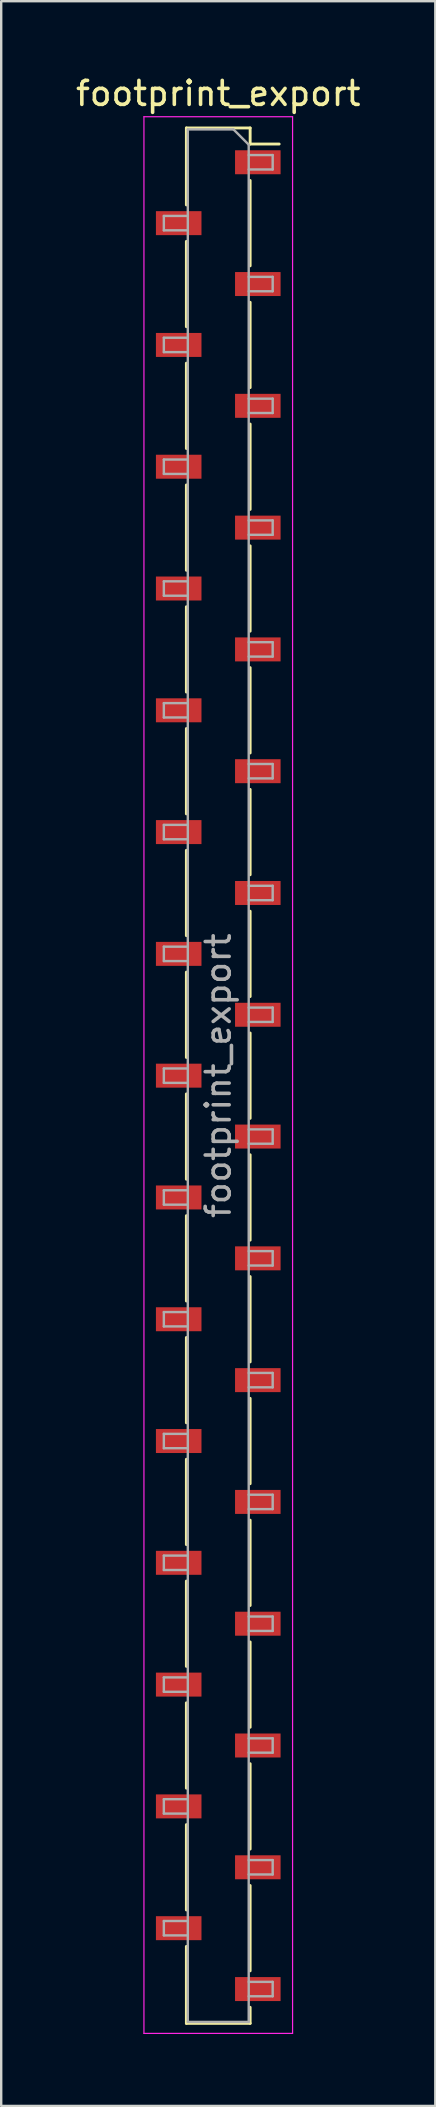
<source format=kicad_pcb>
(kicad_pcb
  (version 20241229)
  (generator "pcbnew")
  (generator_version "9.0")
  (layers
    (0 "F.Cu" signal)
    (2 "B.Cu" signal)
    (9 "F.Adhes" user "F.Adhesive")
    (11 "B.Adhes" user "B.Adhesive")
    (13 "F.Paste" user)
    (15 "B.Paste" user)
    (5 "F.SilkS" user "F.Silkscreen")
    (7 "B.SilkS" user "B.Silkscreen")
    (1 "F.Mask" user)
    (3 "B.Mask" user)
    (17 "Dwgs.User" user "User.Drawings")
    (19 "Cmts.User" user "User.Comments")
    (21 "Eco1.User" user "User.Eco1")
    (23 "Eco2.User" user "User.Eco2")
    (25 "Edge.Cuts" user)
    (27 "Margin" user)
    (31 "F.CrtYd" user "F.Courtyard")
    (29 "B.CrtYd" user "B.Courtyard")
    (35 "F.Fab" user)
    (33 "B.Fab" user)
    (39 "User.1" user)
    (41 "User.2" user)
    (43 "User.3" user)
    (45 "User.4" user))
  (footprint "footprint_export"
    (layer "F.Cu")
    (at 6.054 41.818)
    (property "Reference" "footprint_export" (at 0 -40.97 0) (layer "F.SilkS") (effects (font (size 1 1) (thickness 0.15))))
    (attr smd)
    (fp_line (start -1.33 -39.53) (end -1.33 -36.32) (stroke (width 0.12) (type solid)) (layer "F.SilkS"))
    (fp_line (start -1.33 -39.53) (end 1.33 -39.53) (stroke (width 0.12) (type solid)) (layer "F.SilkS"))
    (fp_line (start -1.33 -34.8) (end -1.33 -31.24) (stroke (width 0.12) (type solid)) (layer "F.SilkS"))
    (fp_line (start -1.33 -29.72) (end -1.33 -26.16) (stroke (width 0.12) (type solid)) (layer "F.SilkS"))
    (fp_line (start -1.33 -24.64) (end -1.33 -21.08) (stroke (width 0.12) (type solid)) (layer "F.SilkS"))
    (fp_line (start -1.33 -19.56) (end -1.33 -16) (stroke (width 0.12) (type solid)) (layer "F.SilkS"))
    (fp_line (start -1.33 -14.48) (end -1.33 -10.92) (stroke (width 0.12) (type solid)) (layer "F.SilkS"))
    (fp_line (start -1.33 -9.4) (end -1.33 -5.84) (stroke (width 0.12) (type solid)) (layer "F.SilkS"))
    (fp_line (start -1.33 -4.32) (end -1.33 -0.76) (stroke (width 0.12) (type solid)) (layer "F.SilkS"))
    (fp_line (start -1.33 0.76) (end -1.33 4.32) (stroke (width 0.12) (type solid)) (layer "F.SilkS"))
    (fp_line (start -1.33 5.84) (end -1.33 9.4) (stroke (width 0.12) (type solid)) (layer "F.SilkS"))
    (fp_line (start -1.33 10.92) (end -1.33 14.48) (stroke (width 0.12) (type solid)) (layer "F.SilkS"))
    (fp_line (start -1.33 16) (end -1.33 19.56) (stroke (width 0.12) (type solid)) (layer "F.SilkS"))
    (fp_line (start -1.33 21.08) (end -1.33 24.64) (stroke (width 0.12) (type solid)) (layer "F.SilkS"))
    (fp_line (start -1.33 26.16) (end -1.33 29.72) (stroke (width 0.12) (type solid)) (layer "F.SilkS"))
    (fp_line (start -1.33 31.24) (end -1.33 34.8) (stroke (width 0.12) (type solid)) (layer "F.SilkS"))
    (fp_line (start -1.33 36.32) (end -1.33 39.53) (stroke (width 0.12) (type solid)) (layer "F.SilkS"))
    (fp_line (start -1.33 39.53) (end 1.33 39.53) (stroke (width 0.12) (type solid)) (layer "F.SilkS"))
    (fp_line (start 1.33 -39.53) (end 1.33 -38.86) (stroke (width 0.12) (type solid)) (layer "F.SilkS"))
    (fp_line (start 1.33 -38.86) (end 2.54 -38.86) (stroke (width 0.12) (type solid)) (layer "F.SilkS"))
    (fp_line (start 1.33 -37.34) (end 1.33 -33.78) (stroke (width 0.12) (type solid)) (layer "F.SilkS"))
    (fp_line (start 1.33 -32.26) (end 1.33 -28.7) (stroke (width 0.12) (type solid)) (layer "F.SilkS"))
    (fp_line (start 1.33 -27.18) (end 1.33 -23.62) (stroke (width 0.12) (type solid)) (layer "F.SilkS"))
    (fp_line (start 1.33 -22.1) (end 1.33 -18.54) (stroke (width 0.12) (type solid)) (layer "F.SilkS"))
    (fp_line (start 1.33 -17.02) (end 1.33 -13.46) (stroke (width 0.12) (type solid)) (layer "F.SilkS"))
    (fp_line (start 1.33 -11.94) (end 1.33 -8.38) (stroke (width 0.12) (type solid)) (layer "F.SilkS"))
    (fp_line (start 1.33 -6.86) (end 1.33 -3.3) (stroke (width 0.12) (type solid)) (layer "F.SilkS"))
    (fp_line (start 1.33 -1.78) (end 1.33 1.78) (stroke (width 0.12) (type solid)) (layer "F.SilkS"))
    (fp_line (start 1.33 3.3) (end 1.33 6.86) (stroke (width 0.12) (type solid)) (layer "F.SilkS"))
    (fp_line (start 1.33 8.38) (end 1.33 11.94) (stroke (width 0.12) (type solid)) (layer "F.SilkS"))
    (fp_line (start 1.33 13.46) (end 1.33 17.02) (stroke (width 0.12) (type solid)) (layer "F.SilkS"))
    (fp_line (start 1.33 18.54) (end 1.33 22.1) (stroke (width 0.12) (type solid)) (layer "F.SilkS"))
    (fp_line (start 1.33 23.62) (end 1.33 27.18) (stroke (width 0.12) (type solid)) (layer "F.SilkS"))
    (fp_line (start 1.33 28.7) (end 1.33 32.26) (stroke (width 0.12) (type solid)) (layer "F.SilkS"))
    (fp_line (start 1.33 33.78) (end 1.33 37.34) (stroke (width 0.12) (type solid)) (layer "F.SilkS"))
    (fp_line (start 1.33 38.86) (end 1.33 39.53) (stroke (width 0.12) (type solid)) (layer "F.SilkS"))
    (fp_line (start -3.1 -40) (end 3.1 -40) (stroke (width 0.05) (type solid)) (layer "F.CrtYd"))
    (fp_line (start -3.1 39.95) (end -3.1 -40) (stroke (width 0.05) (type solid)) (layer "F.CrtYd"))
    (fp_line (start 3.1 -40) (end 3.1 39.95) (stroke (width 0.05) (type solid)) (layer "F.CrtYd"))
    (fp_line (start 3.1 39.95) (end -3.1 39.95) (stroke (width 0.05) (type solid)) (layer "F.CrtYd"))
    (fp_line (start -2.27 -35.86) (end -1.27 -35.86) (stroke (width 0.1) (type solid)) (layer "F.Fab"))
    (fp_line (start -2.27 -35.26) (end -2.27 -35.86) (stroke (width 0.1) (type solid)) (layer "F.Fab"))
    (fp_line (start -2.27 -30.78) (end -1.27 -30.78) (stroke (width 0.1) (type solid)) (layer "F.Fab"))
    (fp_line (start -2.27 -30.18) (end -2.27 -30.78) (stroke (width 0.1) (type solid)) (layer "F.Fab"))
    (fp_line (start -2.27 -25.7) (end -1.27 -25.7) (stroke (width 0.1) (type solid)) (layer "F.Fab"))
    (fp_line (start -2.27 -25.1) (end -2.27 -25.7) (stroke (width 0.1) (type solid)) (layer "F.Fab"))
    (fp_line (start -2.27 -20.62) (end -1.27 -20.62) (stroke (width 0.1) (type solid)) (layer "F.Fab"))
    (fp_line (start -2.27 -20.02) (end -2.27 -20.62) (stroke (width 0.1) (type solid)) (layer "F.Fab"))
    (fp_line (start -2.27 -15.54) (end -1.27 -15.54) (stroke (width 0.1) (type solid)) (layer "F.Fab"))
    (fp_line (start -2.27 -14.94) (end -2.27 -15.54) (stroke (width 0.1) (type solid)) (layer "F.Fab"))
    (fp_line (start -2.27 -10.46) (end -1.27 -10.46) (stroke (width 0.1) (type solid)) (layer "F.Fab"))
    (fp_line (start -2.27 -9.86) (end -2.27 -10.46) (stroke (width 0.1) (type solid)) (layer "F.Fab"))
    (fp_line (start -2.27 -5.38) (end -1.27 -5.38) (stroke (width 0.1) (type solid)) (layer "F.Fab"))
    (fp_line (start -2.27 -4.78) (end -2.27 -5.38) (stroke (width 0.1) (type solid)) (layer "F.Fab"))
    (fp_line (start -2.27 -0.3) (end -1.27 -0.3) (stroke (width 0.1) (type solid)) (layer "F.Fab"))
    (fp_line (start -2.27 0.3) (end -2.27 -0.3) (stroke (width 0.1) (type solid)) (layer "F.Fab"))
    (fp_line (start -2.27 4.78) (end -1.27 4.78) (stroke (width 0.1) (type solid)) (layer "F.Fab"))
    (fp_line (start -2.27 5.38) (end -2.27 4.78) (stroke (width 0.1) (type solid)) (layer "F.Fab"))
    (fp_line (start -2.27 9.86) (end -1.27 9.86) (stroke (width 0.1) (type solid)) (layer "F.Fab"))
    (fp_line (start -2.27 10.46) (end -2.27 9.86) (stroke (width 0.1) (type solid)) (layer "F.Fab"))
    (fp_line (start -2.27 14.94) (end -1.27 14.94) (stroke (width 0.1) (type solid)) (layer "F.Fab"))
    (fp_line (start -2.27 15.54) (end -2.27 14.94) (stroke (width 0.1) (type solid)) (layer "F.Fab"))
    (fp_line (start -2.27 20.02) (end -1.27 20.02) (stroke (width 0.1) (type solid)) (layer "F.Fab"))
    (fp_line (start -2.27 20.62) (end -2.27 20.02) (stroke (width 0.1) (type solid)) (layer "F.Fab"))
    (fp_line (start -2.27 25.1) (end -1.27 25.1) (stroke (width 0.1) (type solid)) (layer "F.Fab"))
    (fp_line (start -2.27 25.7) (end -2.27 25.1) (stroke (width 0.1) (type solid)) (layer "F.Fab"))
    (fp_line (start -2.27 30.18) (end -1.27 30.18) (stroke (width 0.1) (type solid)) (layer "F.Fab"))
    (fp_line (start -2.27 30.78) (end -2.27 30.18) (stroke (width 0.1) (type solid)) (layer "F.Fab"))
    (fp_line (start -2.27 35.26) (end -1.27 35.26) (stroke (width 0.1) (type solid)) (layer "F.Fab"))
    (fp_line (start -2.27 35.86) (end -2.27 35.26) (stroke (width 0.1) (type solid)) (layer "F.Fab"))
    (fp_line (start -1.27 -39.47) (end 0.635 -39.47) (stroke (width 0.1) (type solid)) (layer "F.Fab"))
    (fp_line (start -1.27 -35.26) (end -2.27 -35.26) (stroke (width 0.1) (type solid)) (layer "F.Fab"))
    (fp_line (start -1.27 -30.18) (end -2.27 -30.18) (stroke (width 0.1) (type solid)) (layer "F.Fab"))
    (fp_line (start -1.27 -25.1) (end -2.27 -25.1) (stroke (width 0.1) (type solid)) (layer "F.Fab"))
    (fp_line (start -1.27 -20.02) (end -2.27 -20.02) (stroke (width 0.1) (type solid)) (layer "F.Fab"))
    (fp_line (start -1.27 -14.94) (end -2.27 -14.94) (stroke (width 0.1) (type solid)) (layer "F.Fab"))
    (fp_line (start -1.27 -9.86) (end -2.27 -9.86) (stroke (width 0.1) (type solid)) (layer "F.Fab"))
    (fp_line (start -1.27 -4.78) (end -2.27 -4.78) (stroke (width 0.1) (type solid)) (layer "F.Fab"))
    (fp_line (start -1.27 0.3) (end -2.27 0.3) (stroke (width 0.1) (type solid)) (layer "F.Fab"))
    (fp_line (start -1.27 5.38) (end -2.27 5.38) (stroke (width 0.1) (type solid)) (layer "F.Fab"))
    (fp_line (start -1.27 10.46) (end -2.27 10.46) (stroke (width 0.1) (type solid)) (layer "F.Fab"))
    (fp_line (start -1.27 15.54) (end -2.27 15.54) (stroke (width 0.1) (type solid)) (layer "F.Fab"))
    (fp_line (start -1.27 20.62) (end -2.27 20.62) (stroke (width 0.1) (type solid)) (layer "F.Fab"))
    (fp_line (start -1.27 25.7) (end -2.27 25.7) (stroke (width 0.1) (type solid)) (layer "F.Fab"))
    (fp_line (start -1.27 30.78) (end -2.27 30.78) (stroke (width 0.1) (type solid)) (layer "F.Fab"))
    (fp_line (start -1.27 35.86) (end -2.27 35.86) (stroke (width 0.1) (type solid)) (layer "F.Fab"))
    (fp_line (start -1.27 39.47) (end -1.27 -39.47) (stroke (width 0.1) (type solid)) (layer "F.Fab"))
    (fp_line (start 0.635 -39.47) (end 1.27 -38.835) (stroke (width 0.1) (type solid)) (layer "F.Fab"))
    (fp_line (start 1.27 -38.835) (end 1.27 39.47) (stroke (width 0.1) (type solid)) (layer "F.Fab"))
    (fp_line (start 1.27 -38.4) (end 2.27 -38.4) (stroke (width 0.1) (type solid)) (layer "F.Fab"))
    (fp_line (start 1.27 -33.32) (end 2.27 -33.32) (stroke (width 0.1) (type solid)) (layer "F.Fab"))
    (fp_line (start 1.27 -28.24) (end 2.27 -28.24) (stroke (width 0.1) (type solid)) (layer "F.Fab"))
    (fp_line (start 1.27 -23.16) (end 2.27 -23.16) (stroke (width 0.1) (type solid)) (layer "F.Fab"))
    (fp_line (start 1.27 -18.08) (end 2.27 -18.08) (stroke (width 0.1) (type solid)) (layer "F.Fab"))
    (fp_line (start 1.27 -13) (end 2.27 -13) (stroke (width 0.1) (type solid)) (layer "F.Fab"))
    (fp_line (start 1.27 -7.92) (end 2.27 -7.92) (stroke (width 0.1) (type solid)) (layer "F.Fab"))
    (fp_line (start 1.27 -2.84) (end 2.27 -2.84) (stroke (width 0.1) (type solid)) (layer "F.Fab"))
    (fp_line (start 1.27 2.24) (end 2.27 2.24) (stroke (width 0.1) (type solid)) (layer "F.Fab"))
    (fp_line (start 1.27 7.32) (end 2.27 7.32) (stroke (width 0.1) (type solid)) (layer "F.Fab"))
    (fp_line (start 1.27 12.4) (end 2.27 12.4) (stroke (width 0.1) (type solid)) (layer "F.Fab"))
    (fp_line (start 1.27 17.48) (end 2.27 17.48) (stroke (width 0.1) (type solid)) (layer "F.Fab"))
    (fp_line (start 1.27 22.56) (end 2.27 22.56) (stroke (width 0.1) (type solid)) (layer "F.Fab"))
    (fp_line (start 1.27 27.64) (end 2.27 27.64) (stroke (width 0.1) (type solid)) (layer "F.Fab"))
    (fp_line (start 1.27 32.72) (end 2.27 32.72) (stroke (width 0.1) (type solid)) (layer "F.Fab"))
    (fp_line (start 1.27 37.8) (end 2.27 37.8) (stroke (width 0.1) (type solid)) (layer "F.Fab"))
    (fp_line (start 1.27 39.47) (end -1.27 39.47) (stroke (width 0.1) (type solid)) (layer "F.Fab"))
    (fp_line (start 2.27 -38.4) (end 2.27 -37.8) (stroke (width 0.1) (type solid)) (layer "F.Fab"))
    (fp_line (start 2.27 -37.8) (end 1.27 -37.8) (stroke (width 0.1) (type solid)) (layer "F.Fab"))
    (fp_line (start 2.27 -33.32) (end 2.27 -32.72) (stroke (width 0.1) (type solid)) (layer "F.Fab"))
    (fp_line (start 2.27 -32.72) (end 1.27 -32.72) (stroke (width 0.1) (type solid)) (layer "F.Fab"))
    (fp_line (start 2.27 -28.24) (end 2.27 -27.64) (stroke (width 0.1) (type solid)) (layer "F.Fab"))
    (fp_line (start 2.27 -27.64) (end 1.27 -27.64) (stroke (width 0.1) (type solid)) (layer "F.Fab"))
    (fp_line (start 2.27 -23.16) (end 2.27 -22.56) (stroke (width 0.1) (type solid)) (layer "F.Fab"))
    (fp_line (start 2.27 -22.56) (end 1.27 -22.56) (stroke (width 0.1) (type solid)) (layer "F.Fab"))
    (fp_line (start 2.27 -18.08) (end 2.27 -17.48) (stroke (width 0.1) (type solid)) (layer "F.Fab"))
    (fp_line (start 2.27 -17.48) (end 1.27 -17.48) (stroke (width 0.1) (type solid)) (layer "F.Fab"))
    (fp_line (start 2.27 -13) (end 2.27 -12.4) (stroke (width 0.1) (type solid)) (layer "F.Fab"))
    (fp_line (start 2.27 -12.4) (end 1.27 -12.4) (stroke (width 0.1) (type solid)) (layer "F.Fab"))
    (fp_line (start 2.27 -7.92) (end 2.27 -7.32) (stroke (width 0.1) (type solid)) (layer "F.Fab"))
    (fp_line (start 2.27 -7.32) (end 1.27 -7.32) (stroke (width 0.1) (type solid)) (layer "F.Fab"))
    (fp_line (start 2.27 -2.84) (end 2.27 -2.24) (stroke (width 0.1) (type solid)) (layer "F.Fab"))
    (fp_line (start 2.27 -2.24) (end 1.27 -2.24) (stroke (width 0.1) (type solid)) (layer "F.Fab"))
    (fp_line (start 2.27 2.24) (end 2.27 2.84) (stroke (width 0.1) (type solid)) (layer "F.Fab"))
    (fp_line (start 2.27 2.84) (end 1.27 2.84) (stroke (width 0.1) (type solid)) (layer "F.Fab"))
    (fp_line (start 2.27 7.32) (end 2.27 7.92) (stroke (width 0.1) (type solid)) (layer "F.Fab"))
    (fp_line (start 2.27 7.92) (end 1.27 7.92) (stroke (width 0.1) (type solid)) (layer "F.Fab"))
    (fp_line (start 2.27 12.4) (end 2.27 13) (stroke (width 0.1) (type solid)) (layer "F.Fab"))
    (fp_line (start 2.27 13) (end 1.27 13) (stroke (width 0.1) (type solid)) (layer "F.Fab"))
    (fp_line (start 2.27 17.48) (end 2.27 18.08) (stroke (width 0.1) (type solid)) (layer "F.Fab"))
    (fp_line (start 2.27 18.08) (end 1.27 18.08) (stroke (width 0.1) (type solid)) (layer "F.Fab"))
    (fp_line (start 2.27 22.56) (end 2.27 23.16) (stroke (width 0.1) (type solid)) (layer "F.Fab"))
    (fp_line (start 2.27 23.16) (end 1.27 23.16) (stroke (width 0.1) (type solid)) (layer "F.Fab"))
    (fp_line (start 2.27 27.64) (end 2.27 28.24) (stroke (width 0.1) (type solid)) (layer "F.Fab"))
    (fp_line (start 2.27 28.24) (end 1.27 28.24) (stroke (width 0.1) (type solid)) (layer "F.Fab"))
    (fp_line (start 2.27 32.72) (end 2.27 33.32) (stroke (width 0.1) (type solid)) (layer "F.Fab"))
    (fp_line (start 2.27 33.32) (end 1.27 33.32) (stroke (width 0.1) (type solid)) (layer "F.Fab"))
    (fp_line (start 2.27 37.8) (end 2.27 38.4) (stroke (width 0.1) (type solid)) (layer "F.Fab"))
    (fp_line (start 2.27 38.4) (end 1.27 38.4) (stroke (width 0.1) (type solid)) (layer "F.Fab"))
    (fp_text user "${REFERENCE}" (at 0 0 90) (layer "F.Fab") (effects (font (size 1 1) (thickness 0.15))))
    (pad "1" smd rect (at 1.65 -38.1) (size 1.9 1) (layers "F.Cu" "F.Mask" "F.Paste"))
    (pad "2" smd rect (at -1.65 -35.56) (size 1.9 1) (layers "F.Cu" "F.Mask" "F.Paste"))
    (pad "3" smd rect (at 1.65 -33.02) (size 1.9 1) (layers "F.Cu" "F.Mask" "F.Paste"))
    (pad "4" smd rect (at -1.65 -30.48) (size 1.9 1) (layers "F.Cu" "F.Mask" "F.Paste"))
    (pad "5" smd rect (at 1.65 -27.94) (size 1.9 1) (layers "F.Cu" "F.Mask" "F.Paste"))
    (pad "6" smd rect (at -1.65 -25.4) (size 1.9 1) (layers "F.Cu" "F.Mask" "F.Paste"))
    (pad "7" smd rect (at 1.65 -22.86) (size 1.9 1) (layers "F.Cu" "F.Mask" "F.Paste"))
    (pad "8" smd rect (at -1.65 -20.32) (size 1.9 1) (layers "F.Cu" "F.Mask" "F.Paste"))
    (pad "9" smd rect (at 1.65 -17.78) (size 1.9 1) (layers "F.Cu" "F.Mask" "F.Paste"))
    (pad "10" smd rect (at -1.65 -15.24) (size 1.9 1) (layers "F.Cu" "F.Mask" "F.Paste"))
    (pad "11" smd rect (at 1.65 -12.7) (size 1.9 1) (layers "F.Cu" "F.Mask" "F.Paste"))
    (pad "12" smd rect (at -1.65 -10.16) (size 1.9 1) (layers "F.Cu" "F.Mask" "F.Paste"))
    (pad "13" smd rect (at 1.65 -7.62) (size 1.9 1) (layers "F.Cu" "F.Mask" "F.Paste"))
    (pad "14" smd rect (at -1.65 -5.08) (size 1.9 1) (layers "F.Cu" "F.Mask" "F.Paste"))
    (pad "15" smd rect (at 1.65 -2.54) (size 1.9 1) (layers "F.Cu" "F.Mask" "F.Paste"))
    (pad "16" smd rect (at -1.65 0) (size 1.9 1) (layers "F.Cu" "F.Mask" "F.Paste"))
    (pad "17" smd rect (at 1.65 2.54) (size 1.9 1) (layers "F.Cu" "F.Mask" "F.Paste"))
    (pad "18" smd rect (at -1.65 5.08) (size 1.9 1) (layers "F.Cu" "F.Mask" "F.Paste"))
    (pad "19" smd rect (at 1.65 7.62) (size 1.9 1) (layers "F.Cu" "F.Mask" "F.Paste"))
    (pad "20" smd rect (at -1.65 10.16) (size 1.9 1) (layers "F.Cu" "F.Mask" "F.Paste"))
    (pad "21" smd rect (at 1.65 12.7) (size 1.9 1) (layers "F.Cu" "F.Mask" "F.Paste"))
    (pad "22" smd rect (at -1.65 15.24) (size 1.9 1) (layers "F.Cu" "F.Mask" "F.Paste"))
    (pad "23" smd rect (at 1.65 17.78) (size 1.9 1) (layers "F.Cu" "F.Mask" "F.Paste"))
    (pad "24" smd rect (at -1.65 20.32) (size 1.9 1) (layers "F.Cu" "F.Mask" "F.Paste"))
    (pad "25" smd rect (at 1.65 22.86) (size 1.9 1) (layers "F.Cu" "F.Mask" "F.Paste"))
    (pad "26" smd rect (at -1.65 25.4) (size 1.9 1) (layers "F.Cu" "F.Mask" "F.Paste"))
    (pad "27" smd rect (at 1.65 27.94) (size 1.9 1) (layers "F.Cu" "F.Mask" "F.Paste"))
    (pad "28" smd rect (at -1.65 30.48) (size 1.9 1) (layers "F.Cu" "F.Mask" "F.Paste"))
    (pad "29" smd rect (at 1.65 33.02) (size 1.9 1) (layers "F.Cu" "F.Mask" "F.Paste"))
    (pad "30" smd rect (at -1.65 35.56) (size 1.9 1) (layers "F.Cu" "F.Mask" "F.Paste"))
    (pad "31" smd rect (at 1.65 38.1) (size 1.9 1) (layers "F.Cu" "F.Mask" "F.Paste")))
  (gr_rect
    (start -3 -3)
    (end 15.107 84.793)
    (stroke (width 0.1) (type default))
    (fill no)
    (layer "Edge.Cuts")))
</source>
